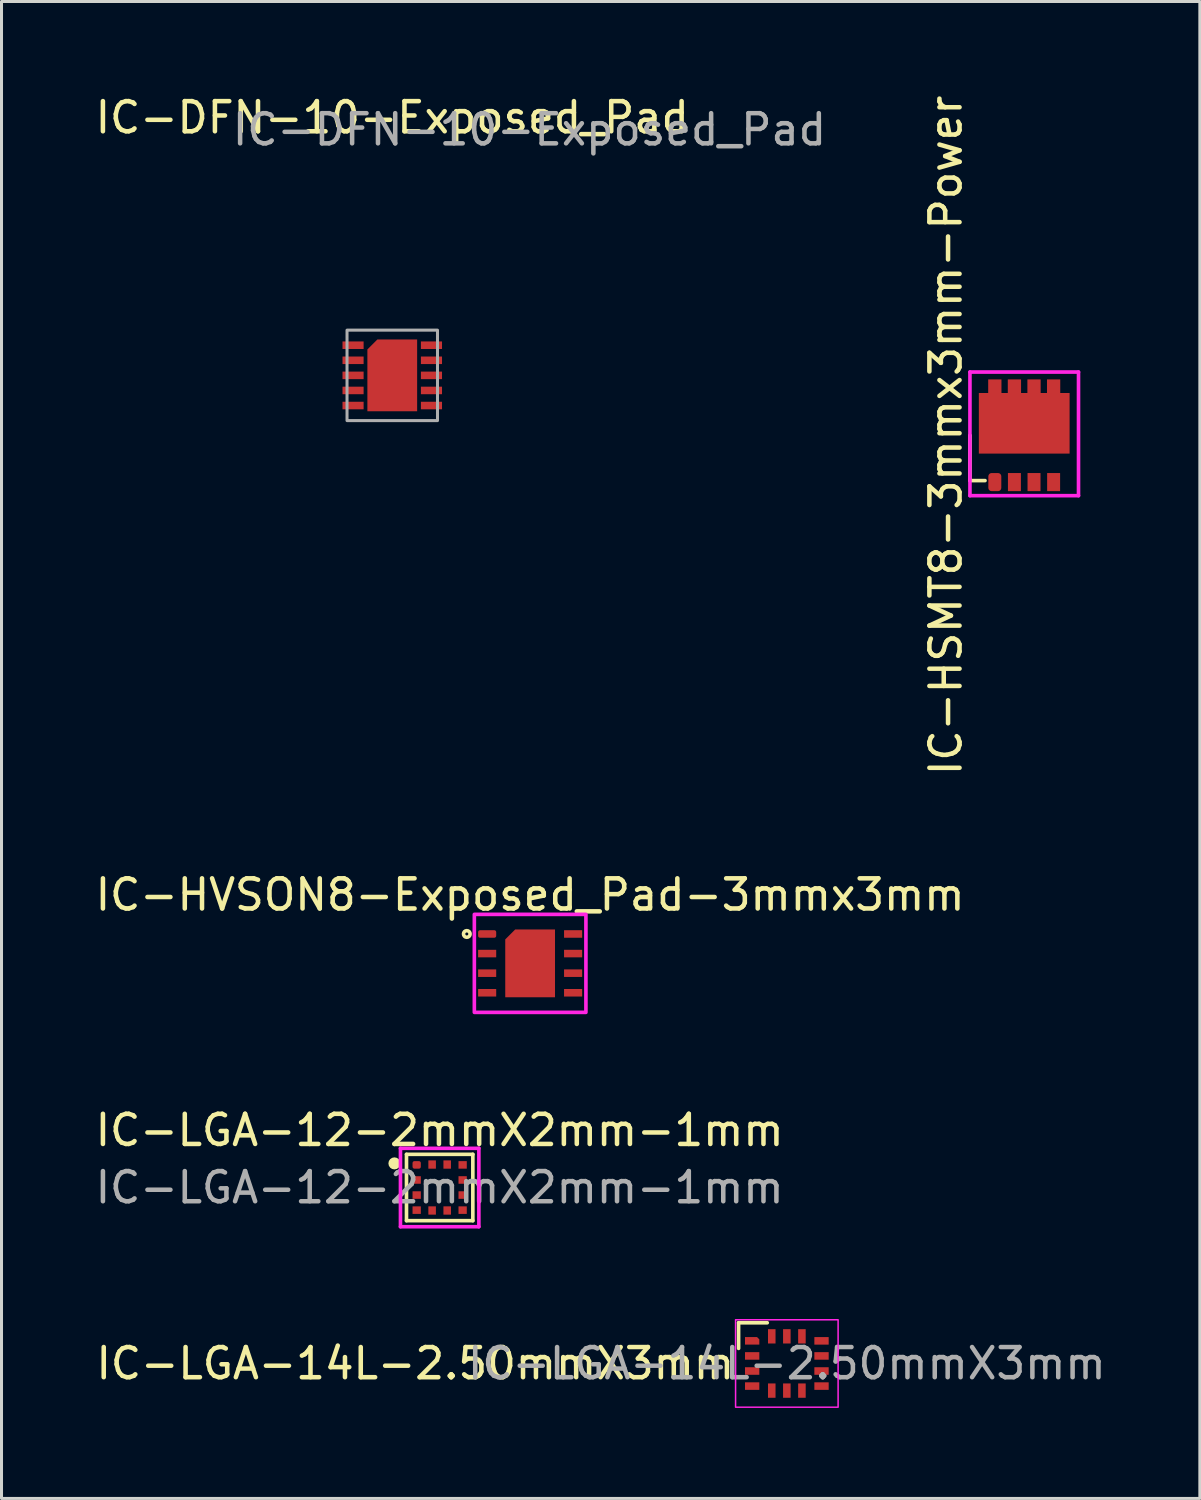
<source format=kicad_pcb>
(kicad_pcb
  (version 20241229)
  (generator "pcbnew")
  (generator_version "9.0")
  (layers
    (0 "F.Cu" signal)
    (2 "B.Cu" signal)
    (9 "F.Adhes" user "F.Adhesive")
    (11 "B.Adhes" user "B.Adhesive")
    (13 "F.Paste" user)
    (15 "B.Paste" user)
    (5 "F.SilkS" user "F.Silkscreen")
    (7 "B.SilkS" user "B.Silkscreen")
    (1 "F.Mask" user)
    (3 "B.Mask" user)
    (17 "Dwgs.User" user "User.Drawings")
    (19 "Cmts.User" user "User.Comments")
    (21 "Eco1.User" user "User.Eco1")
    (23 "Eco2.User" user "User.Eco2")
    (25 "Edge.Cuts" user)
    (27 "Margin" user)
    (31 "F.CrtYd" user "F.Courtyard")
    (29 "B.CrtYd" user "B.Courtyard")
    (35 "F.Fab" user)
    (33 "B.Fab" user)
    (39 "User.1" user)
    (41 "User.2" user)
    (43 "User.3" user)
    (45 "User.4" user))
  (footprint "IC-HSMT8-3mmx3mm-Power"
    (layer "F.Cu")
    (at 30.915 11.387)
    (property "Reference" "IC-HSMT8-3mmx3mm-Power" (at -2.6 0 90) (layer "F.SilkS") (effects (font (size 1 1) (thickness 0.15))))
    (attr smd)
    (fp_line (start -1.8 1.5) (end -1.8 0) (stroke (width 0.12) (type solid)) (layer "F.SilkS"))
    (fp_line (start -1.3 1.5) (end -1.8 1.5) (stroke (width 0.12) (type solid)) (layer "F.SilkS"))
    (fp_line (start -1.8 -2.1) (end 1.8 -2.1) (stroke (width 0.12) (type solid)) (layer "F.CrtYd"))
    (fp_line (start -1.8 2) (end -1.8 -2.1) (stroke (width 0.12) (type solid)) (layer "F.CrtYd"))
    (fp_line (start 1.8 -2.1) (end 1.8 2) (stroke (width 0.12) (type solid)) (layer "F.CrtYd"))
    (fp_line (start 1.8 2) (end -1.8 2) (stroke (width 0.12) (type solid)) (layer "F.CrtYd"))
    (pad "1" smd roundrect (at -0.975 1.85) (size 0.43 0.6) (drill (offset 0 -0.3)) (layers "F.Cu" "F.Mask" "F.Paste") (roundrect_rratio 0.25))
    (pad "2" smd rect (at -0.325 1.85) (size 0.43 0.6) (drill (offset 0 -0.3)) (layers "F.Cu" "F.Mask" "F.Paste"))
    (pad "3" smd rect (at 0.325 1.85) (size 0.43 0.6) (drill (offset 0 -0.3)) (layers "F.Cu" "F.Mask" "F.Paste"))
    (pad "4" smd rect (at 0.975 1.85) (size 0.43 0.6) (drill (offset 0 -0.3)) (layers "F.Cu" "F.Mask" "F.Paste"))
    (pad "5" smd custom (at 0 0) (size 0.43 0.6) (layers "F.Cu" "F.Mask" "F.Paste") (options (anchor rect)) (primitives (gr_poly (pts (xy -0.76 -1.4) (xy -0.54 -1.4) (xy -0.54 -1.85) (xy -0.11 -1.85) (xy -0.11 -1.4) (xy 0.11 -1.4) (xy 0.11 -1.85) (xy 0.54 -1.85) (xy 0.54 -1.4) (xy 0.76 -1.4) (xy 0.76 -1.85) (xy 1.19 -1.85) (xy 1.19 -1.4) (xy 1.5 -1.4) (xy 1.5 0.6) (xy -1.5 0.6) (xy -1.5 -1.4) (xy -1.19 -1.4) (xy -1.19 -1.85) (xy -0.76 -1.85)) (width 0.01) (fill yes)))))
  (footprint "IC-LGA-14L-2.50mmX3mm"
    (layer "F.Cu")
    (at 23.043 42.165)
    (property "Reference" "IC-LGA-14L-2.50mmX3mm" (at -1.65 0 0) (unlocked yes) (layer "F.SilkS") (effects (font (size 1 1) (thickness 0.15)) (justify right)))
    (attr smd)
    (fp_line (start -1.6 -1.35) (end -1.6 -0.5) (stroke (width 0.12) (type default)) (layer "F.SilkS"))
    (fp_line (start -0.65 -1.35) (end -1.6 -1.35) (stroke (width 0.12) (type default)) (layer "F.SilkS"))
    (fp_rect (start -1.7 -1.45) (end 1.7 1.45) (stroke (width 0.05) (type default)) (fill no) (layer "F.CrtYd"))
    (fp_text user "${REFERENCE}" (at 0 0 0) (unlocked yes) (layer "F.Fab") (effects (font (size 1 1) (thickness 0.15))))
    (pad "1" smd roundrect (at -1.4 -0.75) (size 0.475 0.25) (drill (offset 0.25 0)) (layers "F.Cu" "F.Mask" "F.Paste") (roundrect_rratio 0) (chamfer_ratio 0.3) (chamfer top_right))
    (pad "2" smd rect (at -1.4 -0.25) (size 0.475 0.25) (drill (offset 0.25 0)) (layers "F.Cu" "F.Mask" "F.Paste"))
    (pad "3" smd rect (at -1.4 0.25) (size 0.475 0.25) (drill (offset 0.25 0)) (layers "F.Cu" "F.Mask" "F.Paste"))
    (pad "4" smd rect (at -1.4 0.75) (size 0.475 0.25) (drill (offset 0.25 0)) (layers "F.Cu" "F.Mask" "F.Paste"))
    (pad "5" smd rect (at -0.5 1.15 90) (size 0.475 0.25) (drill (offset 0.25 0)) (layers "F.Cu" "F.Mask" "F.Paste"))
    (pad "6" smd rect (at 0 1.15 90) (size 0.475 0.25) (drill (offset 0.25 0)) (layers "F.Cu" "F.Mask" "F.Paste"))
    (pad "7" smd rect (at 0.5 1.15 90) (size 0.475 0.25) (drill (offset 0.25 0)) (layers "F.Cu" "F.Mask" "F.Paste"))
    (pad "8" smd rect (at 1.4 0.75 180) (size 0.475 0.25) (drill (offset 0.25 0)) (layers "F.Cu" "F.Mask" "F.Paste"))
    (pad "9" smd rect (at 1.4 0.25 180) (size 0.475 0.25) (drill (offset 0.25 0)) (layers "F.Cu" "F.Mask" "F.Paste"))
    (pad "10" smd rect (at 1.4 -0.25 180) (size 0.475 0.25) (drill (offset 0.25 0)) (layers "F.Cu" "F.Mask" "F.Paste"))
    (pad "11" smd rect (at 1.4 -0.75 180) (size 0.475 0.25) (drill (offset 0.25 0)) (layers "F.Cu" "F.Mask" "F.Paste"))
    (pad "12" smd rect (at 0.5 -1.15 90) (size 0.475 0.25) (drill (offset -0.25 0)) (layers "F.Cu" "F.Mask" "F.Paste"))
    (pad "13" smd rect (at 0 -1.15 90) (size 0.475 0.25) (drill (offset -0.25 0)) (layers "F.Cu" "F.Mask" "F.Paste"))
    (pad "14" smd rect (at -0.5 -1.15 90) (size 0.475 0.25) (drill (offset -0.25 0)) (layers "F.Cu" "F.Mask" "F.Paste")))
  (footprint "IC-LGA-12-2mmX2mm-1mm"
    (layer "F.Cu")
    (at 11.53 36.33)
    (property "Reference" "IC-LGA-12-2mmX2mm-1mm" (at 0 -1.9 0) (layer "F.SilkS") (effects (font (size 1 1) (thickness 0.15))))
    (attr smd)
    (fp_line (start -1.1 -1.1) (end 1.1 -1.1) (stroke (width 0.12) (type solid)) (layer "F.SilkS"))
    (fp_line (start -1.1 1.1) (end -1.1 -1.1) (stroke (width 0.12) (type solid)) (layer "F.SilkS"))
    (fp_line (start 1.1 -1.1) (end 1.1 1.1) (stroke (width 0.12) (type solid)) (layer "F.SilkS"))
    (fp_line (start 1.1 1.1) (end -1.1 1.1) (stroke (width 0.12) (type solid)) (layer "F.SilkS"))
    (fp_circle (center -1.5 -0.8) (end -1.4 -0.8) (stroke (width 0.2) (type solid)) (fill no) (layer "F.SilkS"))
    (fp_line (start -1.3 -1.3) (end 1.3 -1.3) (stroke (width 0.12) (type solid)) (layer "F.CrtYd"))
    (fp_line (start -1.3 1.3) (end -1.3 -1.3) (stroke (width 0.12) (type solid)) (layer "F.CrtYd"))
    (fp_line (start 1.3 -1.3) (end 1.3 1.3) (stroke (width 0.12) (type solid)) (layer "F.CrtYd"))
    (fp_line (start 1.3 1.3) (end -1.3 1.3) (stroke (width 0.12) (type solid)) (layer "F.CrtYd"))
    (fp_text user "${REFERENCE}" (at 0 0 0) (layer "F.Fab") (effects (font (size 1 1) (thickness 0.15))))
    (pad "1" smd roundrect (at -0.762 -0.75) (size 0.275 0.25) (layers "F.Cu" "F.Mask" "F.Paste") (roundrect_rratio 0.25))
    (pad "2" smd rect (at -0.762 -0.25) (size 0.275 0.25) (layers "F.Cu" "F.Mask" "F.Paste"))
    (pad "3" smd rect (at -0.762 0.25) (size 0.275 0.25) (layers "F.Cu" "F.Mask" "F.Paste"))
    (pad "4" smd rect (at -0.762 0.75) (size 0.275 0.25) (layers "F.Cu" "F.Mask" "F.Paste"))
    (pad "5" smd rect (at -0.25 0.762 90) (size 0.275 0.25) (layers "F.Cu" "F.Mask" "F.Paste"))
    (pad "6" smd rect (at 0.25 0.762 90) (size 0.275 0.25) (layers "F.Cu" "F.Mask" "F.Paste"))
    (pad "7" smd rect (at 0.762 0.75) (size 0.275 0.25) (layers "F.Cu" "F.Mask" "F.Paste"))
    (pad "8" smd rect (at 0.762 0.25) (size 0.275 0.25) (layers "F.Cu" "F.Mask" "F.Paste"))
    (pad "9" smd rect (at 0.762 -0.25) (size 0.275 0.25) (layers "F.Cu" "F.Mask" "F.Paste"))
    (pad "10" smd rect (at 0.762 -0.75) (size 0.275 0.25) (layers "F.Cu" "F.Mask" "F.Paste"))
    (pad "11" smd rect (at 0.25 -0.762 90) (size 0.275 0.25) (layers "F.Cu" "F.Mask" "F.Paste"))
    (pad "12" smd rect (at -0.25 -0.762 90) (size 0.275 0.25) (layers "F.Cu" "F.Mask" "F.Paste")))
  (footprint "IC-HVSON8-Exposed_Pad-3mmx3mm"
    (layer "F.Cu")
    (at 14.53 28.897)
    (property "Reference" "IC-HVSON8-Exposed_Pad-3mmx3mm" (at 0 -2.275 0) (unlocked yes) (layer "F.SilkS") (effects (font (size 1 1) (thickness 0.15))))
    (attr smd)
    (fp_circle (center -2.1 -0.975) (end -2.05 -0.975) (stroke (width 0.12) (type solid)) (fill no) (layer "F.SilkS"))
    (fp_rect (start 0.325 0.55) (end -0.325 -0.55) (stroke (width 0.12) (type solid)) (fill yes) (layer "F.Paste"))
    (fp_rect (start -1.85 -1.625) (end 1.85 1.625) (stroke (width 0.12) (type solid)) (fill no) (layer "F.CrtYd"))
    (pad "1" smd roundrect (at -1.425 -0.975 90) (size 0.25 0.6) (layers "F.Cu" "F.Mask" "F.Paste") (roundrect_rratio 0.25))
    (pad "2" smd rect (at -1.425 -0.325 90) (size 0.25 0.6) (layers "F.Cu" "F.Mask" "F.Paste"))
    (pad "3" smd rect (at -1.425 0.325 90) (size 0.25 0.6) (layers "F.Cu" "F.Mask" "F.Paste"))
    (pad "4" smd rect (at -1.425 0.975 90) (size 0.25 0.6) (layers "F.Cu" "F.Mask" "F.Paste"))
    (pad "5" smd rect (at 1.425 0.975 90) (size 0.25 0.6) (layers "F.Cu" "F.Mask" "F.Paste"))
    (pad "6" smd rect (at 1.425 0.325 90) (size 0.25 0.6) (layers "F.Cu" "F.Mask" "F.Paste"))
    (pad "7" smd rect (at 1.425 -0.325 90) (size 0.25 0.6) (layers "F.Cu" "F.Mask" "F.Paste"))
    (pad "8" smd rect (at 1.425 -0.975 90) (size 0.25 0.6) (layers "F.Cu" "F.Mask" "F.Paste"))
    (pad "PAD" smd roundrect (at 0 0) (size 1.65 2.25) (layers "F.Cu" "F.Mask") (roundrect_rratio 0) (chamfer_ratio 0.2) (chamfer top_left)))
  (footprint "IC-DFN-10-Exposed_Pad"
    (layer "F.Cu")
    (at 9.958 9.398)
    (property "Reference" "IC-DFN-10-Exposed_Pad" (at 0 -8.55 0) (unlocked yes) (layer "F.SilkS") (effects (font (size 1 1) (thickness 0.15))))
    (attr smd)
    (fp_rect (start -1.5 -1.5) (end 1.5 1.5) (stroke (width 0.1) (type solid)) (fill no) (layer "F.Fab"))
    (fp_text user "${REFERENCE}" (at 4.55 -8.15 0) (unlocked yes) (layer "F.Fab") (effects (font (size 1 1) (thickness 0.15))))
    (pad "1" smd rect (at -1.3 -1) (size 0.7 0.25) (layers "F.Cu" "F.Mask" "F.Paste"))
    (pad "2" smd rect (at -1.3 -0.5) (size 0.7 0.25) (layers "F.Cu" "F.Mask" "F.Paste"))
    (pad "3" smd rect (at -1.3 0) (size 0.7 0.25) (layers "F.Cu" "F.Mask" "F.Paste"))
    (pad "4" smd rect (at -1.3 0.5) (size 0.7 0.25) (layers "F.Cu" "F.Mask" "F.Paste"))
    (pad "5" smd rect (at -1.3 1) (size 0.7 0.25) (layers "F.Cu" "F.Mask" "F.Paste"))
    (pad "6" smd rect (at 1.3 1) (size 0.7 0.25) (layers "F.Cu" "F.Mask" "F.Paste"))
    (pad "7" smd rect (at 1.3 0.5) (size 0.7 0.25) (layers "F.Cu" "F.Mask" "F.Paste"))
    (pad "8" smd rect (at 1.3 0) (size 0.7 0.25) (layers "F.Cu" "F.Mask" "F.Paste"))
    (pad "9" smd rect (at 1.3 -0.5) (size 0.7 0.25) (layers "F.Cu" "F.Mask" "F.Paste"))
    (pad "10" smd rect (at 1.3 -1) (size 0.7 0.25) (layers "F.Cu" "F.Mask" "F.Paste"))
    (pad "11" smd roundrect (at 0 0) (size 1.65 2.38) (layers "F.Cu" "F.Mask" "F.Paste") (roundrect_rratio 0) (chamfer_ratio 0.2) (chamfer top_left)))
  (gr_rect
    (start -3 -3)
    (end 36.739 46.64)
    (stroke (width 0.1) (type default))
    (fill no)
    (layer "Edge.Cuts")))
</source>
